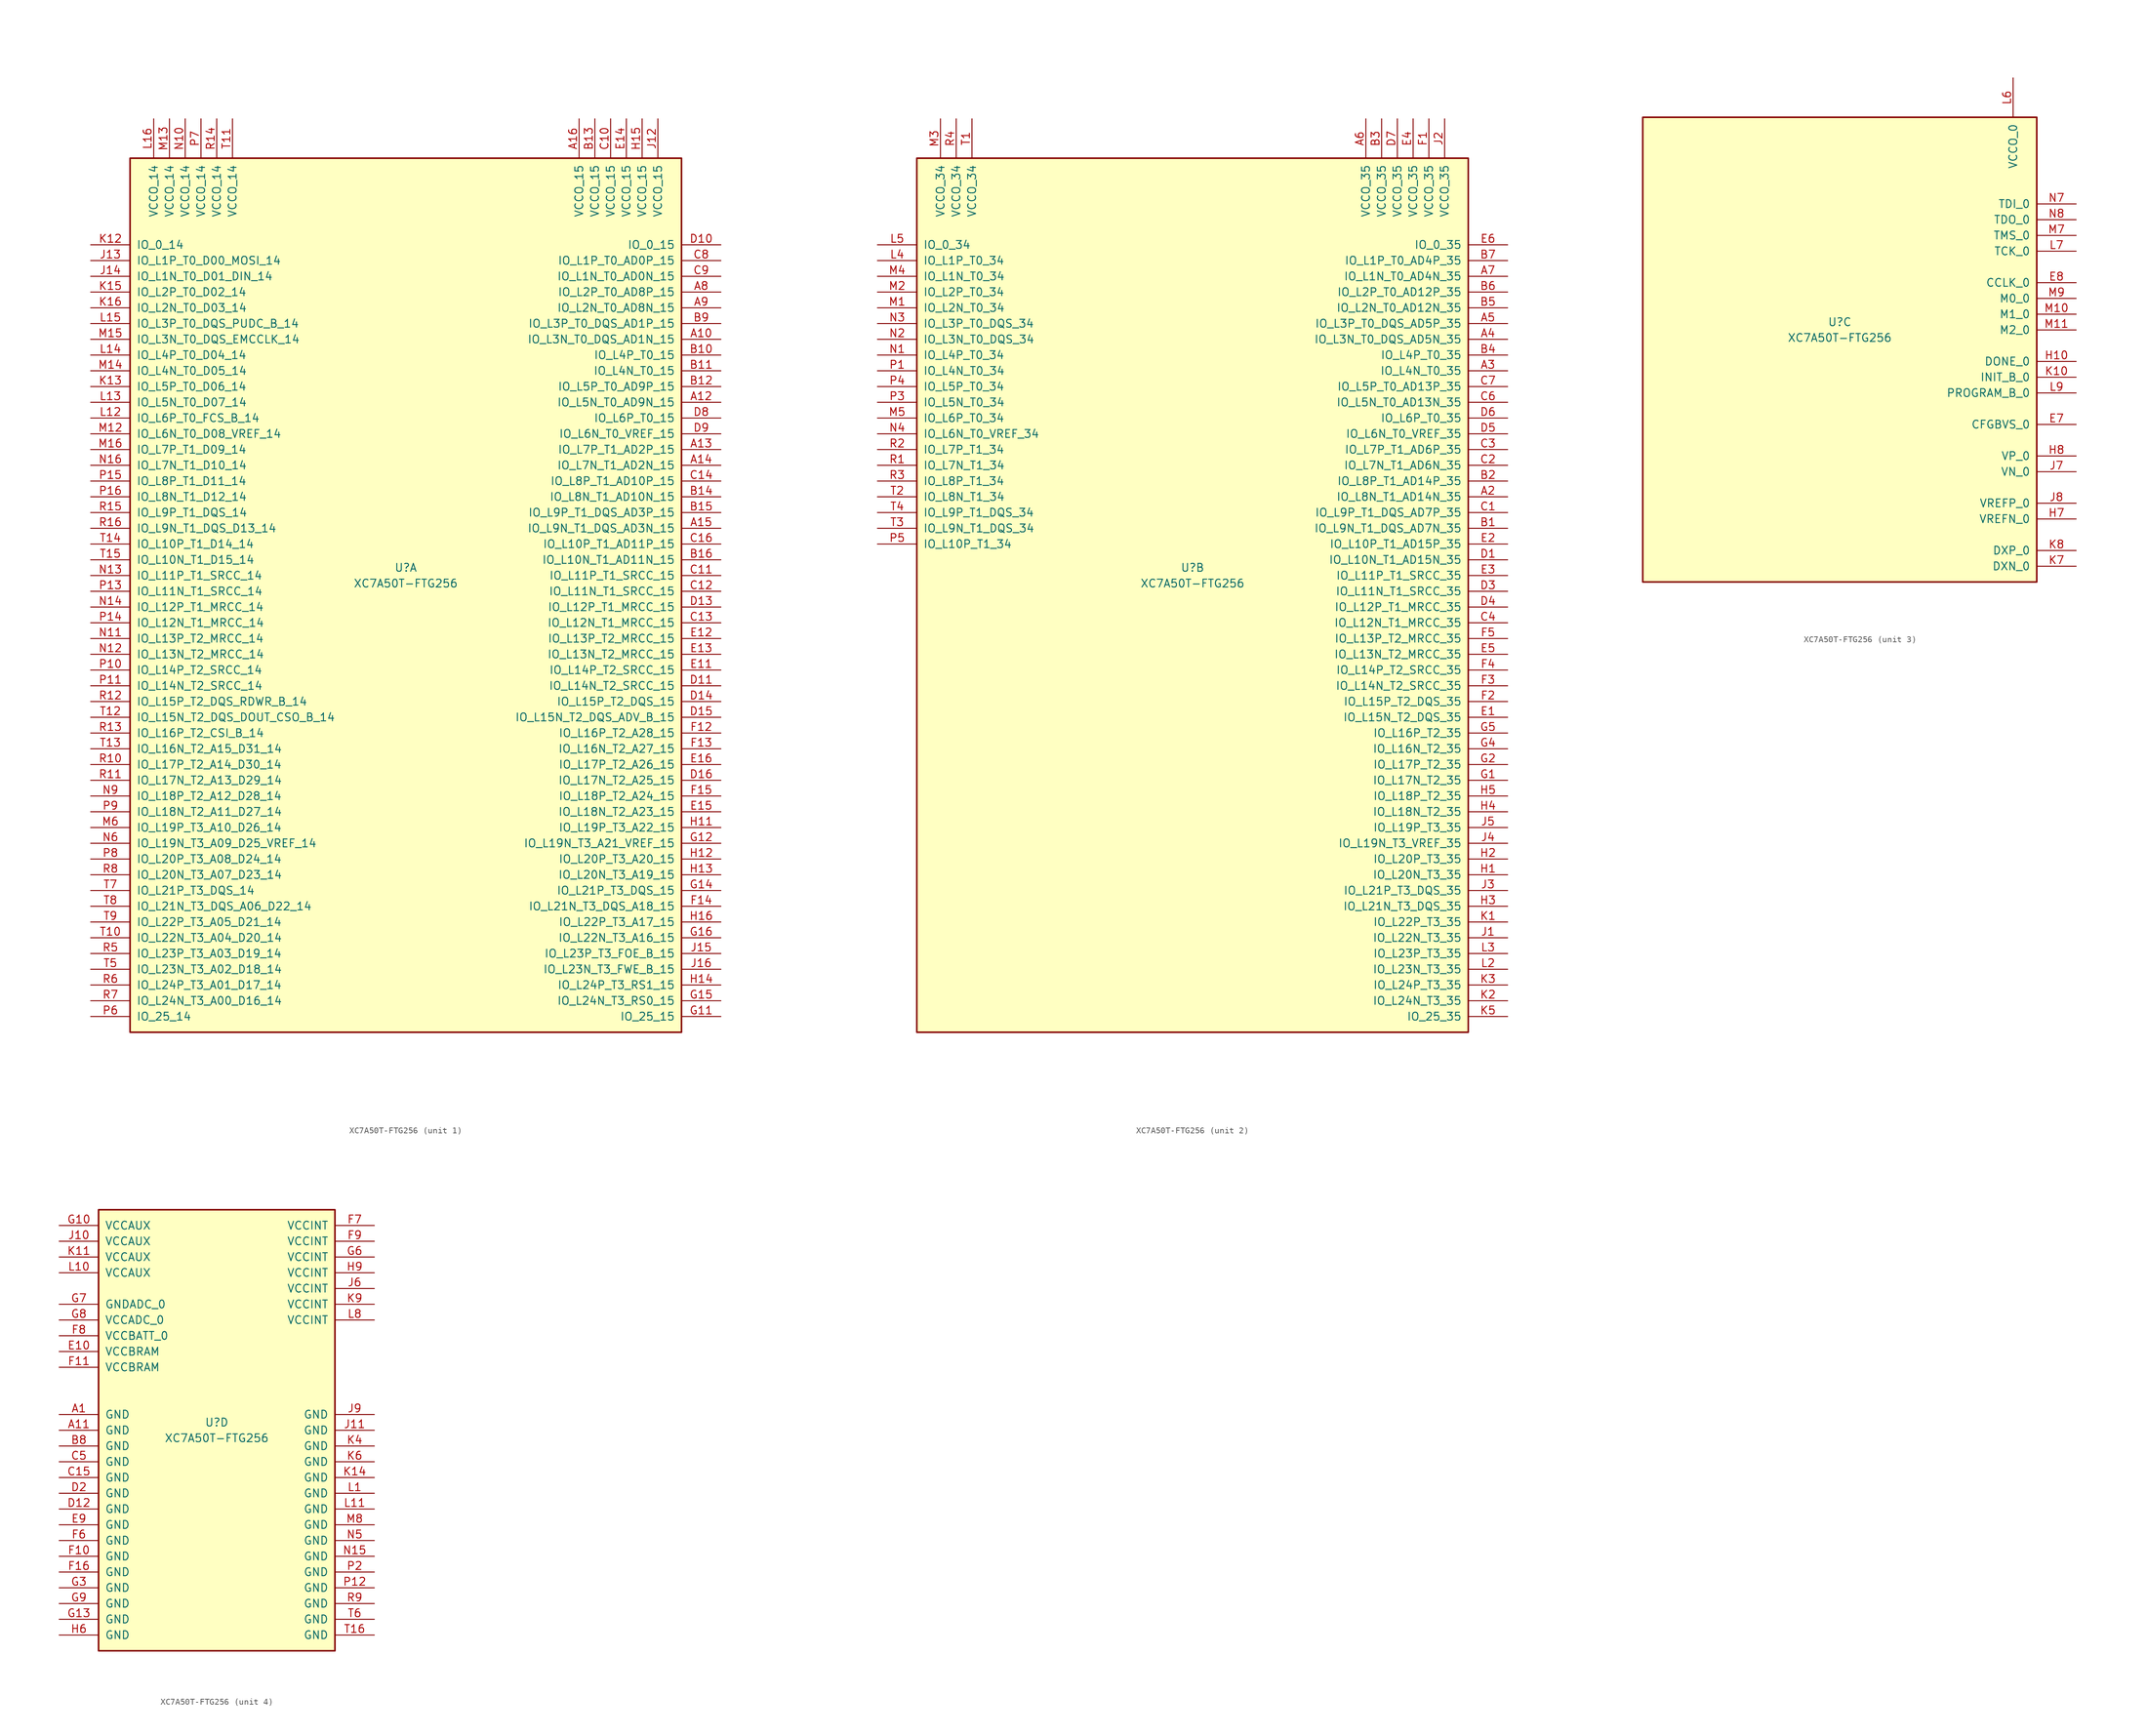
<source format=kicad_sym>
(kicad_symbol_lib
  (version 20231120)
  (generator "kicad_symbol_editor")
  (generator_version "8.0")
  (symbol "XC7A50T-FTG256"
    (pin_names
      (offset 1.016))
    (property "Reference" "U"
      (at 0 1.27 0)
      (effects (font (size 1.27 1.27))))
    (property "Value" "XC7A50T-FTG256"
      (at 0 -1.27 0)
      (effects (font (size 1.27 1.27))))
    (property "Datasheet" ""
      (at 0 0 0)
      (effects (font (size 1.27 1.27))))
    (property "ki_locked" ""
      (at 0 0 0)
      (effects (font (size 1.27 1.27))))
    (symbol "XC7A50T-FTG256_1_1"
      (rectangle (start -44.45 67.31) (end 44.45 -73.66) (stroke (width 0.254) (type solid)) (fill (type background)))
      (pin bidirectional line (at 50.8 38.1 180) (length 6.35) (name "IO_L3N_T0_DQS_AD1N_15" (effects (font (size 1.27 1.27)))) (number "A10" (effects (font (size 1.27 1.27)))))
      (pin bidirectional line (at 50.8 27.94 180) (length 6.35) (name "IO_L5N_T0_AD9N_15" (effects (font (size 1.27 1.27)))) (number "A12" (effects (font (size 1.27 1.27)))))
      (pin bidirectional line (at 50.8 20.32 180) (length 6.35) (name "IO_L7P_T1_AD2P_15" (effects (font (size 1.27 1.27)))) (number "A13" (effects (font (size 1.27 1.27)))))
      (pin bidirectional line (at 50.8 17.78 180) (length 6.35) (name "IO_L7N_T1_AD2N_15" (effects (font (size 1.27 1.27)))) (number "A14" (effects (font (size 1.27 1.27)))))
      (pin bidirectional line (at 50.8 7.62 180) (length 6.35) (name "IO_L9N_T1_DQS_AD3N_15" (effects (font (size 1.27 1.27)))) (number "A15" (effects (font (size 1.27 1.27)))))
      (pin power_in line (at 27.94 73.66 270) (length 6.35) (name "VCCO_15" (effects (font (size 1.27 1.27)))) (number "A16" (effects (font (size 1.27 1.27)))))
      (pin bidirectional line (at 50.8 45.72 180) (length 6.35) (name "IO_L2P_T0_AD8P_15" (effects (font (size 1.27 1.27)))) (number "A8" (effects (font (size 1.27 1.27)))))
      (pin bidirectional line (at 50.8 43.18 180) (length 6.35) (name "IO_L2N_T0_AD8N_15" (effects (font (size 1.27 1.27)))) (number "A9" (effects (font (size 1.27 1.27)))))
      (pin bidirectional line (at 50.8 35.56 180) (length 6.35) (name "IO_L4P_T0_15" (effects (font (size 1.27 1.27)))) (number "B10" (effects (font (size 1.27 1.27)))))
      (pin bidirectional line (at 50.8 33.02 180) (length 6.35) (name "IO_L4N_T0_15" (effects (font (size 1.27 1.27)))) (number "B11" (effects (font (size 1.27 1.27)))))
      (pin bidirectional line (at 50.8 30.48 180) (length 6.35) (name "IO_L5P_T0_AD9P_15" (effects (font (size 1.27 1.27)))) (number "B12" (effects (font (size 1.27 1.27)))))
      (pin power_in line (at 30.48 73.66 270) (length 6.35) (name "VCCO_15" (effects (font (size 1.27 1.27)))) (number "B13" (effects (font (size 1.27 1.27)))))
      (pin bidirectional line (at 50.8 12.7 180) (length 6.35) (name "IO_L8N_T1_AD10N_15" (effects (font (size 1.27 1.27)))) (number "B14" (effects (font (size 1.27 1.27)))))
      (pin bidirectional line (at 50.8 10.16 180) (length 6.35) (name "IO_L9P_T1_DQS_AD3P_15" (effects (font (size 1.27 1.27)))) (number "B15" (effects (font (size 1.27 1.27)))))
      (pin bidirectional line (at 50.8 2.54 180) (length 6.35) (name "IO_L10N_T1_AD11N_15" (effects (font (size 1.27 1.27)))) (number "B16" (effects (font (size 1.27 1.27)))))
      (pin bidirectional line (at 50.8 40.64 180) (length 6.35) (name "IO_L3P_T0_DQS_AD1P_15" (effects (font (size 1.27 1.27)))) (number "B9" (effects (font (size 1.27 1.27)))))
      (pin power_in line (at 33.02 73.66 270) (length 6.35) (name "VCCO_15" (effects (font (size 1.27 1.27)))) (number "C10" (effects (font (size 1.27 1.27)))))
      (pin bidirectional line (at 50.8 0 180) (length 6.35) (name "IO_L11P_T1_SRCC_15" (effects (font (size 1.27 1.27)))) (number "C11" (effects (font (size 1.27 1.27)))))
      (pin bidirectional line (at 50.8 -2.54 180) (length 6.35) (name "IO_L11N_T1_SRCC_15" (effects (font (size 1.27 1.27)))) (number "C12" (effects (font (size 1.27 1.27)))))
      (pin bidirectional line (at 50.8 -7.62 180) (length 6.35) (name "IO_L12N_T1_MRCC_15" (effects (font (size 1.27 1.27)))) (number "C13" (effects (font (size 1.27 1.27)))))
      (pin bidirectional line (at 50.8 15.24 180) (length 6.35) (name "IO_L8P_T1_AD10P_15" (effects (font (size 1.27 1.27)))) (number "C14" (effects (font (size 1.27 1.27)))))
      (pin bidirectional line (at 50.8 5.08 180) (length 6.35) (name "IO_L10P_T1_AD11P_15" (effects (font (size 1.27 1.27)))) (number "C16" (effects (font (size 1.27 1.27)))))
      (pin bidirectional line (at 50.8 50.8 180) (length 6.35) (name "IO_L1P_T0_AD0P_15" (effects (font (size 1.27 1.27)))) (number "C8" (effects (font (size 1.27 1.27)))))
      (pin bidirectional line (at 50.8 48.26 180) (length 6.35) (name "IO_L1N_T0_AD0N_15" (effects (font (size 1.27 1.27)))) (number "C9" (effects (font (size 1.27 1.27)))))
      (pin bidirectional line (at 50.8 53.34 180) (length 6.35) (name "IO_0_15" (effects (font (size 1.27 1.27)))) (number "D10" (effects (font (size 1.27 1.27)))))
      (pin bidirectional line (at 50.8 -17.78 180) (length 6.35) (name "IO_L14N_T2_SRCC_15" (effects (font (size 1.27 1.27)))) (number "D11" (effects (font (size 1.27 1.27)))))
      (pin bidirectional line (at 50.8 -5.08 180) (length 6.35) (name "IO_L12P_T1_MRCC_15" (effects (font (size 1.27 1.27)))) (number "D13" (effects (font (size 1.27 1.27)))))
      (pin bidirectional line (at 50.8 -20.32 180) (length 6.35) (name "IO_L15P_T2_DQS_15" (effects (font (size 1.27 1.27)))) (number "D14" (effects (font (size 1.27 1.27)))))
      (pin bidirectional line (at 50.8 -22.86 180) (length 6.35) (name "IO_L15N_T2_DQS_ADV_B_15" (effects (font (size 1.27 1.27)))) (number "D15" (effects (font (size 1.27 1.27)))))
      (pin bidirectional line (at 50.8 -33.02 180) (length 6.35) (name "IO_L17N_T2_A25_15" (effects (font (size 1.27 1.27)))) (number "D16" (effects (font (size 1.27 1.27)))))
      (pin bidirectional line (at 50.8 25.4 180) (length 6.35) (name "IO_L6P_T0_15" (effects (font (size 1.27 1.27)))) (number "D8" (effects (font (size 1.27 1.27)))))
      (pin bidirectional line (at 50.8 22.86 180) (length 6.35) (name "IO_L6N_T0_VREF_15" (effects (font (size 1.27 1.27)))) (number "D9" (effects (font (size 1.27 1.27)))))
      (pin bidirectional line (at 50.8 -15.24 180) (length 6.35) (name "IO_L14P_T2_SRCC_15" (effects (font (size 1.27 1.27)))) (number "E11" (effects (font (size 1.27 1.27)))))
      (pin bidirectional line (at 50.8 -10.16 180) (length 6.35) (name "IO_L13P_T2_MRCC_15" (effects (font (size 1.27 1.27)))) (number "E12" (effects (font (size 1.27 1.27)))))
      (pin bidirectional line (at 50.8 -12.7 180) (length 6.35) (name "IO_L13N_T2_MRCC_15" (effects (font (size 1.27 1.27)))) (number "E13" (effects (font (size 1.27 1.27)))))
      (pin power_in line (at 35.56 73.66 270) (length 6.35) (name "VCCO_15" (effects (font (size 1.27 1.27)))) (number "E14" (effects (font (size 1.27 1.27)))))
      (pin bidirectional line (at 50.8 -38.1 180) (length 6.35) (name "IO_L18N_T2_A23_15" (effects (font (size 1.27 1.27)))) (number "E15" (effects (font (size 1.27 1.27)))))
      (pin bidirectional line (at 50.8 -30.48 180) (length 6.35) (name "IO_L17P_T2_A26_15" (effects (font (size 1.27 1.27)))) (number "E16" (effects (font (size 1.27 1.27)))))
      (pin bidirectional line (at 50.8 -25.4 180) (length 6.35) (name "IO_L16P_T2_A28_15" (effects (font (size 1.27 1.27)))) (number "F12" (effects (font (size 1.27 1.27)))))
      (pin bidirectional line (at 50.8 -27.94 180) (length 6.35) (name "IO_L16N_T2_A27_15" (effects (font (size 1.27 1.27)))) (number "F13" (effects (font (size 1.27 1.27)))))
      (pin bidirectional line (at 50.8 -53.34 180) (length 6.35) (name "IO_L21N_T3_DQS_A18_15" (effects (font (size 1.27 1.27)))) (number "F14" (effects (font (size 1.27 1.27)))))
      (pin bidirectional line (at 50.8 -35.56 180) (length 6.35) (name "IO_L18P_T2_A24_15" (effects (font (size 1.27 1.27)))) (number "F15" (effects (font (size 1.27 1.27)))))
      (pin bidirectional line (at 50.8 -71.12 180) (length 6.35) (name "IO_25_15" (effects (font (size 1.27 1.27)))) (number "G11" (effects (font (size 1.27 1.27)))))
      (pin bidirectional line (at 50.8 -43.18 180) (length 6.35) (name "IO_L19N_T3_A21_VREF_15" (effects (font (size 1.27 1.27)))) (number "G12" (effects (font (size 1.27 1.27)))))
      (pin bidirectional line (at 50.8 -50.8 180) (length 6.35) (name "IO_L21P_T3_DQS_15" (effects (font (size 1.27 1.27)))) (number "G14" (effects (font (size 1.27 1.27)))))
      (pin bidirectional line (at 50.8 -68.58 180) (length 6.35) (name "IO_L24N_T3_RS0_15" (effects (font (size 1.27 1.27)))) (number "G15" (effects (font (size 1.27 1.27)))))
      (pin bidirectional line (at 50.8 -58.42 180) (length 6.35) (name "IO_L22N_T3_A16_15" (effects (font (size 1.27 1.27)))) (number "G16" (effects (font (size 1.27 1.27)))))
      (pin bidirectional line (at 50.8 -40.64 180) (length 6.35) (name "IO_L19P_T3_A22_15" (effects (font (size 1.27 1.27)))) (number "H11" (effects (font (size 1.27 1.27)))))
      (pin bidirectional line (at 50.8 -45.72 180) (length 6.35) (name "IO_L20P_T3_A20_15" (effects (font (size 1.27 1.27)))) (number "H12" (effects (font (size 1.27 1.27)))))
      (pin bidirectional line (at 50.8 -48.26 180) (length 6.35) (name "IO_L20N_T3_A19_15" (effects (font (size 1.27 1.27)))) (number "H13" (effects (font (size 1.27 1.27)))))
      (pin bidirectional line (at 50.8 -66.04 180) (length 6.35) (name "IO_L24P_T3_RS1_15" (effects (font (size 1.27 1.27)))) (number "H14" (effects (font (size 1.27 1.27)))))
      (pin power_in line (at 38.1 73.66 270) (length 6.35) (name "VCCO_15" (effects (font (size 1.27 1.27)))) (number "H15" (effects (font (size 1.27 1.27)))))
      (pin bidirectional line (at 50.8 -55.88 180) (length 6.35) (name "IO_L22P_T3_A17_15" (effects (font (size 1.27 1.27)))) (number "H16" (effects (font (size 1.27 1.27)))))
      (pin power_in line (at 40.64 73.66 270) (length 6.35) (name "VCCO_15" (effects (font (size 1.27 1.27)))) (number "J12" (effects (font (size 1.27 1.27)))))
      (pin bidirectional line (at -50.8 50.8 0) (length 6.35) (name "IO_L1P_T0_D00_MOSI_14" (effects (font (size 1.27 1.27)))) (number "J13" (effects (font (size 1.27 1.27)))))
      (pin bidirectional line (at -50.8 48.26 0) (length 6.35) (name "IO_L1N_T0_D01_DIN_14" (effects (font (size 1.27 1.27)))) (number "J14" (effects (font (size 1.27 1.27)))))
      (pin bidirectional line (at 50.8 -60.96 180) (length 6.35) (name "IO_L23P_T3_FOE_B_15" (effects (font (size 1.27 1.27)))) (number "J15" (effects (font (size 1.27 1.27)))))
      (pin bidirectional line (at 50.8 -63.5 180) (length 6.35) (name "IO_L23N_T3_FWE_B_15" (effects (font (size 1.27 1.27)))) (number "J16" (effects (font (size 1.27 1.27)))))
      (pin bidirectional line (at -50.8 53.34 0) (length 6.35) (name "IO_0_14" (effects (font (size 1.27 1.27)))) (number "K12" (effects (font (size 1.27 1.27)))))
      (pin bidirectional line (at -50.8 30.48 0) (length 6.35) (name "IO_L5P_T0_D06_14" (effects (font (size 1.27 1.27)))) (number "K13" (effects (font (size 1.27 1.27)))))
      (pin bidirectional line (at -50.8 45.72 0) (length 6.35) (name "IO_L2P_T0_D02_14" (effects (font (size 1.27 1.27)))) (number "K15" (effects (font (size 1.27 1.27)))))
      (pin bidirectional line (at -50.8 43.18 0) (length 6.35) (name "IO_L2N_T0_D03_14" (effects (font (size 1.27 1.27)))) (number "K16" (effects (font (size 1.27 1.27)))))
      (pin bidirectional line (at -50.8 25.4 0) (length 6.35) (name "IO_L6P_T0_FCS_B_14" (effects (font (size 1.27 1.27)))) (number "L12" (effects (font (size 1.27 1.27)))))
      (pin bidirectional line (at -50.8 27.94 0) (length 6.35) (name "IO_L5N_T0_D07_14" (effects (font (size 1.27 1.27)))) (number "L13" (effects (font (size 1.27 1.27)))))
      (pin bidirectional line (at -50.8 35.56 0) (length 6.35) (name "IO_L4P_T0_D04_14" (effects (font (size 1.27 1.27)))) (number "L14" (effects (font (size 1.27 1.27)))))
      (pin bidirectional line (at -50.8 40.64 0) (length 6.35) (name "IO_L3P_T0_DQS_PUDC_B_14" (effects (font (size 1.27 1.27)))) (number "L15" (effects (font (size 1.27 1.27)))))
      (pin power_in line (at -40.64 73.66 270) (length 6.35) (name "VCCO_14" (effects (font (size 1.27 1.27)))) (number "L16" (effects (font (size 1.27 1.27)))))
      (pin bidirectional line (at -50.8 22.86 0) (length 6.35) (name "IO_L6N_T0_D08_VREF_14" (effects (font (size 1.27 1.27)))) (number "M12" (effects (font (size 1.27 1.27)))))
      (pin power_in line (at -38.1 73.66 270) (length 6.35) (name "VCCO_14" (effects (font (size 1.27 1.27)))) (number "M13" (effects (font (size 1.27 1.27)))))
      (pin bidirectional line (at -50.8 33.02 0) (length 6.35) (name "IO_L4N_T0_D05_14" (effects (font (size 1.27 1.27)))) (number "M14" (effects (font (size 1.27 1.27)))))
      (pin bidirectional line (at -50.8 38.1 0) (length 6.35) (name "IO_L3N_T0_DQS_EMCCLK_14" (effects (font (size 1.27 1.27)))) (number "M15" (effects (font (size 1.27 1.27)))))
      (pin bidirectional line (at -50.8 20.32 0) (length 6.35) (name "IO_L7P_T1_D09_14" (effects (font (size 1.27 1.27)))) (number "M16" (effects (font (size 1.27 1.27)))))
      (pin bidirectional line (at -50.8 -40.64 0) (length 6.35) (name "IO_L19P_T3_A10_D26_14" (effects (font (size 1.27 1.27)))) (number "M6" (effects (font (size 1.27 1.27)))))
      (pin power_in line (at -35.56 73.66 270) (length 6.35) (name "VCCO_14" (effects (font (size 1.27 1.27)))) (number "N10" (effects (font (size 1.27 1.27)))))
      (pin bidirectional line (at -50.8 -10.16 0) (length 6.35) (name "IO_L13P_T2_MRCC_14" (effects (font (size 1.27 1.27)))) (number "N11" (effects (font (size 1.27 1.27)))))
      (pin bidirectional line (at -50.8 -12.7 0) (length 6.35) (name "IO_L13N_T2_MRCC_14" (effects (font (size 1.27 1.27)))) (number "N12" (effects (font (size 1.27 1.27)))))
      (pin bidirectional line (at -50.8 0 0) (length 6.35) (name "IO_L11P_T1_SRCC_14" (effects (font (size 1.27 1.27)))) (number "N13" (effects (font (size 1.27 1.27)))))
      (pin bidirectional line (at -50.8 -5.08 0) (length 6.35) (name "IO_L12P_T1_MRCC_14" (effects (font (size 1.27 1.27)))) (number "N14" (effects (font (size 1.27 1.27)))))
      (pin bidirectional line (at -50.8 17.78 0) (length 6.35) (name "IO_L7N_T1_D10_14" (effects (font (size 1.27 1.27)))) (number "N16" (effects (font (size 1.27 1.27)))))
      (pin bidirectional line (at -50.8 -43.18 0) (length 6.35) (name "IO_L19N_T3_A09_D25_VREF_14" (effects (font (size 1.27 1.27)))) (number "N6" (effects (font (size 1.27 1.27)))))
      (pin bidirectional line (at -50.8 -35.56 0) (length 6.35) (name "IO_L18P_T2_A12_D28_14" (effects (font (size 1.27 1.27)))) (number "N9" (effects (font (size 1.27 1.27)))))
      (pin bidirectional line (at -50.8 -15.24 0) (length 6.35) (name "IO_L14P_T2_SRCC_14" (effects (font (size 1.27 1.27)))) (number "P10" (effects (font (size 1.27 1.27)))))
      (pin bidirectional line (at -50.8 -17.78 0) (length 6.35) (name "IO_L14N_T2_SRCC_14" (effects (font (size 1.27 1.27)))) (number "P11" (effects (font (size 1.27 1.27)))))
      (pin bidirectional line (at -50.8 -2.54 0) (length 6.35) (name "IO_L11N_T1_SRCC_14" (effects (font (size 1.27 1.27)))) (number "P13" (effects (font (size 1.27 1.27)))))
      (pin bidirectional line (at -50.8 -7.62 0) (length 6.35) (name "IO_L12N_T1_MRCC_14" (effects (font (size 1.27 1.27)))) (number "P14" (effects (font (size 1.27 1.27)))))
      (pin bidirectional line (at -50.8 15.24 0) (length 6.35) (name "IO_L8P_T1_D11_14" (effects (font (size 1.27 1.27)))) (number "P15" (effects (font (size 1.27 1.27)))))
      (pin bidirectional line (at -50.8 12.7 0) (length 6.35) (name "IO_L8N_T1_D12_14" (effects (font (size 1.27 1.27)))) (number "P16" (effects (font (size 1.27 1.27)))))
      (pin bidirectional line (at -50.8 -71.12 0) (length 6.35) (name "IO_25_14" (effects (font (size 1.27 1.27)))) (number "P6" (effects (font (size 1.27 1.27)))))
      (pin power_in line (at -33.02 73.66 270) (length 6.35) (name "VCCO_14" (effects (font (size 1.27 1.27)))) (number "P7" (effects (font (size 1.27 1.27)))))
      (pin bidirectional line (at -50.8 -45.72 0) (length 6.35) (name "IO_L20P_T3_A08_D24_14" (effects (font (size 1.27 1.27)))) (number "P8" (effects (font (size 1.27 1.27)))))
      (pin bidirectional line (at -50.8 -38.1 0) (length 6.35) (name "IO_L18N_T2_A11_D27_14" (effects (font (size 1.27 1.27)))) (number "P9" (effects (font (size 1.27 1.27)))))
      (pin bidirectional line (at -50.8 -30.48 0) (length 6.35) (name "IO_L17P_T2_A14_D30_14" (effects (font (size 1.27 1.27)))) (number "R10" (effects (font (size 1.27 1.27)))))
      (pin bidirectional line (at -50.8 -33.02 0) (length 6.35) (name "IO_L17N_T2_A13_D29_14" (effects (font (size 1.27 1.27)))) (number "R11" (effects (font (size 1.27 1.27)))))
      (pin bidirectional line (at -50.8 -20.32 0) (length 6.35) (name "IO_L15P_T2_DQS_RDWR_B_14" (effects (font (size 1.27 1.27)))) (number "R12" (effects (font (size 1.27 1.27)))))
      (pin bidirectional line (at -50.8 -25.4 0) (length 6.35) (name "IO_L16P_T2_CSI_B_14" (effects (font (size 1.27 1.27)))) (number "R13" (effects (font (size 1.27 1.27)))))
      (pin power_in line (at -30.48 73.66 270) (length 6.35) (name "VCCO_14" (effects (font (size 1.27 1.27)))) (number "R14" (effects (font (size 1.27 1.27)))))
      (pin bidirectional line (at -50.8 10.16 0) (length 6.35) (name "IO_L9P_T1_DQS_14" (effects (font (size 1.27 1.27)))) (number "R15" (effects (font (size 1.27 1.27)))))
      (pin bidirectional line (at -50.8 7.62 0) (length 6.35) (name "IO_L9N_T1_DQS_D13_14" (effects (font (size 1.27 1.27)))) (number "R16" (effects (font (size 1.27 1.27)))))
      (pin bidirectional line (at -50.8 -60.96 0) (length 6.35) (name "IO_L23P_T3_A03_D19_14" (effects (font (size 1.27 1.27)))) (number "R5" (effects (font (size 1.27 1.27)))))
      (pin bidirectional line (at -50.8 -66.04 0) (length 6.35) (name "IO_L24P_T3_A01_D17_14" (effects (font (size 1.27 1.27)))) (number "R6" (effects (font (size 1.27 1.27)))))
      (pin bidirectional line (at -50.8 -68.58 0) (length 6.35) (name "IO_L24N_T3_A00_D16_14" (effects (font (size 1.27 1.27)))) (number "R7" (effects (font (size 1.27 1.27)))))
      (pin bidirectional line (at -50.8 -48.26 0) (length 6.35) (name "IO_L20N_T3_A07_D23_14" (effects (font (size 1.27 1.27)))) (number "R8" (effects (font (size 1.27 1.27)))))
      (pin bidirectional line (at -50.8 -58.42 0) (length 6.35) (name "IO_L22N_T3_A04_D20_14" (effects (font (size 1.27 1.27)))) (number "T10" (effects (font (size 1.27 1.27)))))
      (pin power_in line (at -27.94 73.66 270) (length 6.35) (name "VCCO_14" (effects (font (size 1.27 1.27)))) (number "T11" (effects (font (size 1.27 1.27)))))
      (pin bidirectional line (at -50.8 -22.86 0) (length 6.35) (name "IO_L15N_T2_DQS_DOUT_CSO_B_14" (effects (font (size 1.27 1.27)))) (number "T12" (effects (font (size 1.27 1.27)))))
      (pin bidirectional line (at -50.8 -27.94 0) (length 6.35) (name "IO_L16N_T2_A15_D31_14" (effects (font (size 1.27 1.27)))) (number "T13" (effects (font (size 1.27 1.27)))))
      (pin bidirectional line (at -50.8 5.08 0) (length 6.35) (name "IO_L10P_T1_D14_14" (effects (font (size 1.27 1.27)))) (number "T14" (effects (font (size 1.27 1.27)))))
      (pin bidirectional line (at -50.8 2.54 0) (length 6.35) (name "IO_L10N_T1_D15_14" (effects (font (size 1.27 1.27)))) (number "T15" (effects (font (size 1.27 1.27)))))
      (pin bidirectional line (at -50.8 -63.5 0) (length 6.35) (name "IO_L23N_T3_A02_D18_14" (effects (font (size 1.27 1.27)))) (number "T5" (effects (font (size 1.27 1.27)))))
      (pin bidirectional line (at -50.8 -50.8 0) (length 6.35) (name "IO_L21P_T3_DQS_14" (effects (font (size 1.27 1.27)))) (number "T7" (effects (font (size 1.27 1.27)))))
      (pin bidirectional line (at -50.8 -53.34 0) (length 6.35) (name "IO_L21N_T3_DQS_A06_D22_14" (effects (font (size 1.27 1.27)))) (number "T8" (effects (font (size 1.27 1.27)))))
      (pin bidirectional line (at -50.8 -55.88 0) (length 6.35) (name "IO_L22P_T3_A05_D21_14" (effects (font (size 1.27 1.27)))) (number "T9" (effects (font (size 1.27 1.27))))))
    (symbol "XC7A50T-FTG256_2_1"
      (rectangle (start -44.45 67.31) (end 44.45 -73.66) (stroke (width 0.254) (type solid)) (fill (type background)))
      (pin bidirectional line (at 50.8 12.7 180) (length 6.35) (name "IO_L8N_T1_AD14N_35" (effects (font (size 1.27 1.27)))) (number "A2" (effects (font (size 1.27 1.27)))))
      (pin bidirectional line (at 50.8 33.02 180) (length 6.35) (name "IO_L4N_T0_35" (effects (font (size 1.27 1.27)))) (number "A3" (effects (font (size 1.27 1.27)))))
      (pin bidirectional line (at 50.8 38.1 180) (length 6.35) (name "IO_L3N_T0_DQS_AD5N_35" (effects (font (size 1.27 1.27)))) (number "A4" (effects (font (size 1.27 1.27)))))
      (pin bidirectional line (at 50.8 40.64 180) (length 6.35) (name "IO_L3P_T0_DQS_AD5P_35" (effects (font (size 1.27 1.27)))) (number "A5" (effects (font (size 1.27 1.27)))))
      (pin power_in line (at 27.94 73.66 270) (length 6.35) (name "VCCO_35" (effects (font (size 1.27 1.27)))) (number "A6" (effects (font (size 1.27 1.27)))))
      (pin bidirectional line (at 50.8 48.26 180) (length 6.35) (name "IO_L1N_T0_AD4N_35" (effects (font (size 1.27 1.27)))) (number "A7" (effects (font (size 1.27 1.27)))))
      (pin bidirectional line (at 50.8 7.62 180) (length 6.35) (name "IO_L9N_T1_DQS_AD7N_35" (effects (font (size 1.27 1.27)))) (number "B1" (effects (font (size 1.27 1.27)))))
      (pin bidirectional line (at 50.8 15.24 180) (length 6.35) (name "IO_L8P_T1_AD14P_35" (effects (font (size 1.27 1.27)))) (number "B2" (effects (font (size 1.27 1.27)))))
      (pin power_in line (at 30.48 73.66 270) (length 6.35) (name "VCCO_35" (effects (font (size 1.27 1.27)))) (number "B3" (effects (font (size 1.27 1.27)))))
      (pin bidirectional line (at 50.8 35.56 180) (length 6.35) (name "IO_L4P_T0_35" (effects (font (size 1.27 1.27)))) (number "B4" (effects (font (size 1.27 1.27)))))
      (pin bidirectional line (at 50.8 43.18 180) (length 6.35) (name "IO_L2N_T0_AD12N_35" (effects (font (size 1.27 1.27)))) (number "B5" (effects (font (size 1.27 1.27)))))
      (pin bidirectional line (at 50.8 45.72 180) (length 6.35) (name "IO_L2P_T0_AD12P_35" (effects (font (size 1.27 1.27)))) (number "B6" (effects (font (size 1.27 1.27)))))
      (pin bidirectional line (at 50.8 50.8 180) (length 6.35) (name "IO_L1P_T0_AD4P_35" (effects (font (size 1.27 1.27)))) (number "B7" (effects (font (size 1.27 1.27)))))
      (pin bidirectional line (at 50.8 10.16 180) (length 6.35) (name "IO_L9P_T1_DQS_AD7P_35" (effects (font (size 1.27 1.27)))) (number "C1" (effects (font (size 1.27 1.27)))))
      (pin bidirectional line (at 50.8 17.78 180) (length 6.35) (name "IO_L7N_T1_AD6N_35" (effects (font (size 1.27 1.27)))) (number "C2" (effects (font (size 1.27 1.27)))))
      (pin bidirectional line (at 50.8 20.32 180) (length 6.35) (name "IO_L7P_T1_AD6P_35" (effects (font (size 1.27 1.27)))) (number "C3" (effects (font (size 1.27 1.27)))))
      (pin bidirectional line (at 50.8 -7.62 180) (length 6.35) (name "IO_L12N_T1_MRCC_35" (effects (font (size 1.27 1.27)))) (number "C4" (effects (font (size 1.27 1.27)))))
      (pin bidirectional line (at 50.8 27.94 180) (length 6.35) (name "IO_L5N_T0_AD13N_35" (effects (font (size 1.27 1.27)))) (number "C6" (effects (font (size 1.27 1.27)))))
      (pin bidirectional line (at 50.8 30.48 180) (length 6.35) (name "IO_L5P_T0_AD13P_35" (effects (font (size 1.27 1.27)))) (number "C7" (effects (font (size 1.27 1.27)))))
      (pin bidirectional line (at 50.8 2.54 180) (length 6.35) (name "IO_L10N_T1_AD15N_35" (effects (font (size 1.27 1.27)))) (number "D1" (effects (font (size 1.27 1.27)))))
      (pin bidirectional line (at 50.8 -2.54 180) (length 6.35) (name "IO_L11N_T1_SRCC_35" (effects (font (size 1.27 1.27)))) (number "D3" (effects (font (size 1.27 1.27)))))
      (pin bidirectional line (at 50.8 -5.08 180) (length 6.35) (name "IO_L12P_T1_MRCC_35" (effects (font (size 1.27 1.27)))) (number "D4" (effects (font (size 1.27 1.27)))))
      (pin bidirectional line (at 50.8 22.86 180) (length 6.35) (name "IO_L6N_T0_VREF_35" (effects (font (size 1.27 1.27)))) (number "D5" (effects (font (size 1.27 1.27)))))
      (pin bidirectional line (at 50.8 25.4 180) (length 6.35) (name "IO_L6P_T0_35" (effects (font (size 1.27 1.27)))) (number "D6" (effects (font (size 1.27 1.27)))))
      (pin power_in line (at 33.02 73.66 270) (length 6.35) (name "VCCO_35" (effects (font (size 1.27 1.27)))) (number "D7" (effects (font (size 1.27 1.27)))))
      (pin bidirectional line (at 50.8 -22.86 180) (length 6.35) (name "IO_L15N_T2_DQS_35" (effects (font (size 1.27 1.27)))) (number "E1" (effects (font (size 1.27 1.27)))))
      (pin bidirectional line (at 50.8 5.08 180) (length 6.35) (name "IO_L10P_T1_AD15P_35" (effects (font (size 1.27 1.27)))) (number "E2" (effects (font (size 1.27 1.27)))))
      (pin bidirectional line (at 50.8 0 180) (length 6.35) (name "IO_L11P_T1_SRCC_35" (effects (font (size 1.27 1.27)))) (number "E3" (effects (font (size 1.27 1.27)))))
      (pin power_in line (at 35.56 73.66 270) (length 6.35) (name "VCCO_35" (effects (font (size 1.27 1.27)))) (number "E4" (effects (font (size 1.27 1.27)))))
      (pin bidirectional line (at 50.8 -12.7 180) (length 6.35) (name "IO_L13N_T2_MRCC_35" (effects (font (size 1.27 1.27)))) (number "E5" (effects (font (size 1.27 1.27)))))
      (pin bidirectional line (at 50.8 53.34 180) (length 6.35) (name "IO_0_35" (effects (font (size 1.27 1.27)))) (number "E6" (effects (font (size 1.27 1.27)))))
      (pin power_in line (at 38.1 73.66 270) (length 6.35) (name "VCCO_35" (effects (font (size 1.27 1.27)))) (number "F1" (effects (font (size 1.27 1.27)))))
      (pin bidirectional line (at 50.8 -20.32 180) (length 6.35) (name "IO_L15P_T2_DQS_35" (effects (font (size 1.27 1.27)))) (number "F2" (effects (font (size 1.27 1.27)))))
      (pin bidirectional line (at 50.8 -17.78 180) (length 6.35) (name "IO_L14N_T2_SRCC_35" (effects (font (size 1.27 1.27)))) (number "F3" (effects (font (size 1.27 1.27)))))
      (pin bidirectional line (at 50.8 -15.24 180) (length 6.35) (name "IO_L14P_T2_SRCC_35" (effects (font (size 1.27 1.27)))) (number "F4" (effects (font (size 1.27 1.27)))))
      (pin bidirectional line (at 50.8 -10.16 180) (length 6.35) (name "IO_L13P_T2_MRCC_35" (effects (font (size 1.27 1.27)))) (number "F5" (effects (font (size 1.27 1.27)))))
      (pin bidirectional line (at 50.8 -33.02 180) (length 6.35) (name "IO_L17N_T2_35" (effects (font (size 1.27 1.27)))) (number "G1" (effects (font (size 1.27 1.27)))))
      (pin bidirectional line (at 50.8 -30.48 180) (length 6.35) (name "IO_L17P_T2_35" (effects (font (size 1.27 1.27)))) (number "G2" (effects (font (size 1.27 1.27)))))
      (pin bidirectional line (at 50.8 -27.94 180) (length 6.35) (name "IO_L16N_T2_35" (effects (font (size 1.27 1.27)))) (number "G4" (effects (font (size 1.27 1.27)))))
      (pin bidirectional line (at 50.8 -25.4 180) (length 6.35) (name "IO_L16P_T2_35" (effects (font (size 1.27 1.27)))) (number "G5" (effects (font (size 1.27 1.27)))))
      (pin bidirectional line (at 50.8 -48.26 180) (length 6.35) (name "IO_L20N_T3_35" (effects (font (size 1.27 1.27)))) (number "H1" (effects (font (size 1.27 1.27)))))
      (pin bidirectional line (at 50.8 -45.72 180) (length 6.35) (name "IO_L20P_T3_35" (effects (font (size 1.27 1.27)))) (number "H2" (effects (font (size 1.27 1.27)))))
      (pin bidirectional line (at 50.8 -53.34 180) (length 6.35) (name "IO_L21N_T3_DQS_35" (effects (font (size 1.27 1.27)))) (number "H3" (effects (font (size 1.27 1.27)))))
      (pin bidirectional line (at 50.8 -38.1 180) (length 6.35) (name "IO_L18N_T2_35" (effects (font (size 1.27 1.27)))) (number "H4" (effects (font (size 1.27 1.27)))))
      (pin bidirectional line (at 50.8 -35.56 180) (length 6.35) (name "IO_L18P_T2_35" (effects (font (size 1.27 1.27)))) (number "H5" (effects (font (size 1.27 1.27)))))
      (pin bidirectional line (at 50.8 -58.42 180) (length 6.35) (name "IO_L22N_T3_35" (effects (font (size 1.27 1.27)))) (number "J1" (effects (font (size 1.27 1.27)))))
      (pin power_in line (at 40.64 73.66 270) (length 6.35) (name "VCCO_35" (effects (font (size 1.27 1.27)))) (number "J2" (effects (font (size 1.27 1.27)))))
      (pin bidirectional line (at 50.8 -50.8 180) (length 6.35) (name "IO_L21P_T3_DQS_35" (effects (font (size 1.27 1.27)))) (number "J3" (effects (font (size 1.27 1.27)))))
      (pin bidirectional line (at 50.8 -43.18 180) (length 6.35) (name "IO_L19N_T3_VREF_35" (effects (font (size 1.27 1.27)))) (number "J4" (effects (font (size 1.27 1.27)))))
      (pin bidirectional line (at 50.8 -40.64 180) (length 6.35) (name "IO_L19P_T3_35" (effects (font (size 1.27 1.27)))) (number "J5" (effects (font (size 1.27 1.27)))))
      (pin bidirectional line (at 50.8 -55.88 180) (length 6.35) (name "IO_L22P_T3_35" (effects (font (size 1.27 1.27)))) (number "K1" (effects (font (size 1.27 1.27)))))
      (pin bidirectional line (at 50.8 -68.58 180) (length 6.35) (name "IO_L24N_T3_35" (effects (font (size 1.27 1.27)))) (number "K2" (effects (font (size 1.27 1.27)))))
      (pin bidirectional line (at 50.8 -66.04 180) (length 6.35) (name "IO_L24P_T3_35" (effects (font (size 1.27 1.27)))) (number "K3" (effects (font (size 1.27 1.27)))))
      (pin bidirectional line (at 50.8 -71.12 180) (length 6.35) (name "IO_25_35" (effects (font (size 1.27 1.27)))) (number "K5" (effects (font (size 1.27 1.27)))))
      (pin bidirectional line (at 50.8 -63.5 180) (length 6.35) (name "IO_L23N_T3_35" (effects (font (size 1.27 1.27)))) (number "L2" (effects (font (size 1.27 1.27)))))
      (pin bidirectional line (at 50.8 -60.96 180) (length 6.35) (name "IO_L23P_T3_35" (effects (font (size 1.27 1.27)))) (number "L3" (effects (font (size 1.27 1.27)))))
      (pin bidirectional line (at -50.8 50.8 0) (length 6.35) (name "IO_L1P_T0_34" (effects (font (size 1.27 1.27)))) (number "L4" (effects (font (size 1.27 1.27)))))
      (pin bidirectional line (at -50.8 53.34 0) (length 6.35) (name "IO_0_34" (effects (font (size 1.27 1.27)))) (number "L5" (effects (font (size 1.27 1.27)))))
      (pin bidirectional line (at -50.8 43.18 0) (length 6.35) (name "IO_L2N_T0_34" (effects (font (size 1.27 1.27)))) (number "M1" (effects (font (size 1.27 1.27)))))
      (pin bidirectional line (at -50.8 45.72 0) (length 6.35) (name "IO_L2P_T0_34" (effects (font (size 1.27 1.27)))) (number "M2" (effects (font (size 1.27 1.27)))))
      (pin power_in line (at -40.64 73.66 270) (length 6.35) (name "VCCO_34" (effects (font (size 1.27 1.27)))) (number "M3" (effects (font (size 1.27 1.27)))))
      (pin bidirectional line (at -50.8 48.26 0) (length 6.35) (name "IO_L1N_T0_34" (effects (font (size 1.27 1.27)))) (number "M4" (effects (font (size 1.27 1.27)))))
      (pin bidirectional line (at -50.8 25.4 0) (length 6.35) (name "IO_L6P_T0_34" (effects (font (size 1.27 1.27)))) (number "M5" (effects (font (size 1.27 1.27)))))
      (pin bidirectional line (at -50.8 35.56 0) (length 6.35) (name "IO_L4P_T0_34" (effects (font (size 1.27 1.27)))) (number "N1" (effects (font (size 1.27 1.27)))))
      (pin bidirectional line (at -50.8 38.1 0) (length 6.35) (name "IO_L3N_T0_DQS_34" (effects (font (size 1.27 1.27)))) (number "N2" (effects (font (size 1.27 1.27)))))
      (pin bidirectional line (at -50.8 40.64 0) (length 6.35) (name "IO_L3P_T0_DQS_34" (effects (font (size 1.27 1.27)))) (number "N3" (effects (font (size 1.27 1.27)))))
      (pin bidirectional line (at -50.8 22.86 0) (length 6.35) (name "IO_L6N_T0_VREF_34" (effects (font (size 1.27 1.27)))) (number "N4" (effects (font (size 1.27 1.27)))))
      (pin bidirectional line (at -50.8 33.02 0) (length 6.35) (name "IO_L4N_T0_34" (effects (font (size 1.27 1.27)))) (number "P1" (effects (font (size 1.27 1.27)))))
      (pin bidirectional line (at -50.8 27.94 0) (length 6.35) (name "IO_L5N_T0_34" (effects (font (size 1.27 1.27)))) (number "P3" (effects (font (size 1.27 1.27)))))
      (pin bidirectional line (at -50.8 30.48 0) (length 6.35) (name "IO_L5P_T0_34" (effects (font (size 1.27 1.27)))) (number "P4" (effects (font (size 1.27 1.27)))))
      (pin bidirectional line (at -50.8 5.08 0) (length 6.35) (name "IO_L10P_T1_34" (effects (font (size 1.27 1.27)))) (number "P5" (effects (font (size 1.27 1.27)))))
      (pin bidirectional line (at -50.8 17.78 0) (length 6.35) (name "IO_L7N_T1_34" (effects (font (size 1.27 1.27)))) (number "R1" (effects (font (size 1.27 1.27)))))
      (pin bidirectional line (at -50.8 20.32 0) (length 6.35) (name "IO_L7P_T1_34" (effects (font (size 1.27 1.27)))) (number "R2" (effects (font (size 1.27 1.27)))))
      (pin bidirectional line (at -50.8 15.24 0) (length 6.35) (name "IO_L8P_T1_34" (effects (font (size 1.27 1.27)))) (number "R3" (effects (font (size 1.27 1.27)))))
      (pin power_in line (at -38.1 73.66 270) (length 6.35) (name "VCCO_34" (effects (font (size 1.27 1.27)))) (number "R4" (effects (font (size 1.27 1.27)))))
      (pin power_in line (at -35.56 73.66 270) (length 6.35) (name "VCCO_34" (effects (font (size 1.27 1.27)))) (number "T1" (effects (font (size 1.27 1.27)))))
      (pin bidirectional line (at -50.8 12.7 0) (length 6.35) (name "IO_L8N_T1_34" (effects (font (size 1.27 1.27)))) (number "T2" (effects (font (size 1.27 1.27)))))
      (pin bidirectional line (at -50.8 7.62 0) (length 6.35) (name "IO_L9N_T1_DQS_34" (effects (font (size 1.27 1.27)))) (number "T3" (effects (font (size 1.27 1.27)))))
      (pin bidirectional line (at -50.8 10.16 0) (length 6.35) (name "IO_L9P_T1_DQS_34" (effects (font (size 1.27 1.27)))) (number "T4" (effects (font (size 1.27 1.27))))))
    (symbol "XC7A50T-FTG256_3_1"
      (rectangle (start -31.75 34.29) (end 31.75 -40.64) (stroke (width 0.254) (type solid)) (fill (type background)))
      (pin bidirectional line (at 38.1 -15.24 180) (length 6.35) (name "CFGBVS_0" (effects (font (size 1.27 1.27)))) (number "E7" (effects (font (size 1.27 1.27)))))
      (pin bidirectional line (at 38.1 7.62 180) (length 6.35) (name "CCLK_0" (effects (font (size 1.27 1.27)))) (number "E8" (effects (font (size 1.27 1.27)))))
      (pin bidirectional line (at 38.1 -5.08 180) (length 6.35) (name "DONE_0" (effects (font (size 1.27 1.27)))) (number "H10" (effects (font (size 1.27 1.27)))))
      (pin bidirectional line (at 38.1 -30.48 180) (length 6.35) (name "VREFN_0" (effects (font (size 1.27 1.27)))) (number "H7" (effects (font (size 1.27 1.27)))))
      (pin bidirectional line (at 38.1 -20.32 180) (length 6.35) (name "VP_0" (effects (font (size 1.27 1.27)))) (number "H8" (effects (font (size 1.27 1.27)))))
      (pin bidirectional line (at 38.1 -22.86 180) (length 6.35) (name "VN_0" (effects (font (size 1.27 1.27)))) (number "J7" (effects (font (size 1.27 1.27)))))
      (pin bidirectional line (at 38.1 -27.94 180) (length 6.35) (name "VREFP_0" (effects (font (size 1.27 1.27)))) (number "J8" (effects (font (size 1.27 1.27)))))
      (pin bidirectional line (at 38.1 -7.62 180) (length 6.35) (name "INIT_B_0" (effects (font (size 1.27 1.27)))) (number "K10" (effects (font (size 1.27 1.27)))))
      (pin bidirectional line (at 38.1 -38.1 180) (length 6.35) (name "DXN_0" (effects (font (size 1.27 1.27)))) (number "K7" (effects (font (size 1.27 1.27)))))
      (pin bidirectional line (at 38.1 -35.56 180) (length 6.35) (name "DXP_0" (effects (font (size 1.27 1.27)))) (number "K8" (effects (font (size 1.27 1.27)))))
      (pin power_in line (at 27.94 40.64 270) (length 6.35) (name "VCCO_0" (effects (font (size 1.27 1.27)))) (number "L6" (effects (font (size 1.27 1.27)))))
      (pin bidirectional line (at 38.1 12.7 180) (length 6.35) (name "TCK_0" (effects (font (size 1.27 1.27)))) (number "L7" (effects (font (size 1.27 1.27)))))
      (pin bidirectional line (at 38.1 -10.16 180) (length 6.35) (name "PROGRAM_B_0" (effects (font (size 1.27 1.27)))) (number "L9" (effects (font (size 1.27 1.27)))))
      (pin bidirectional line (at 38.1 2.54 180) (length 6.35) (name "M1_0" (effects (font (size 1.27 1.27)))) (number "M10" (effects (font (size 1.27 1.27)))))
      (pin bidirectional line (at 38.1 0 180) (length 6.35) (name "M2_0" (effects (font (size 1.27 1.27)))) (number "M11" (effects (font (size 1.27 1.27)))))
      (pin bidirectional line (at 38.1 15.24 180) (length 6.35) (name "TMS_0" (effects (font (size 1.27 1.27)))) (number "M7" (effects (font (size 1.27 1.27)))))
      (pin bidirectional line (at 38.1 5.08 180) (length 6.35) (name "M0_0" (effects (font (size 1.27 1.27)))) (number "M9" (effects (font (size 1.27 1.27)))))
      (pin bidirectional line (at 38.1 20.32 180) (length 6.35) (name "TDI_0" (effects (font (size 1.27 1.27)))) (number "N7" (effects (font (size 1.27 1.27)))))
      (pin bidirectional line (at 38.1 17.78 180) (length 6.35) (name "TDO_0" (effects (font (size 1.27 1.27)))) (number "N8" (effects (font (size 1.27 1.27))))))
    (symbol "XC7A50T-FTG256_4_1"
      (rectangle (start -19.05 35.56) (end 19.05 -35.56) (stroke (width 0.254) (type solid)) (fill (type background)))
      (pin power_in line (at -25.4 2.54 0) (length 6.35) (name "GND" (effects (font (size 1.27 1.27)))) (number "A1" (effects (font (size 1.27 1.27)))))
      (pin power_in line (at -25.4 0 0) (length 6.35) (name "GND" (effects (font (size 1.27 1.27)))) (number "A11" (effects (font (size 1.27 1.27)))))
      (pin power_in line (at -25.4 -2.54 0) (length 6.35) (name "GND" (effects (font (size 1.27 1.27)))) (number "B8" (effects (font (size 1.27 1.27)))))
      (pin power_in line (at -25.4 -7.62 0) (length 6.35) (name "GND" (effects (font (size 1.27 1.27)))) (number "C15" (effects (font (size 1.27 1.27)))))
      (pin power_in line (at -25.4 -5.08 0) (length 6.35) (name "GND" (effects (font (size 1.27 1.27)))) (number "C5" (effects (font (size 1.27 1.27)))))
      (pin power_in line (at -25.4 -12.7 0) (length 6.35) (name "GND" (effects (font (size 1.27 1.27)))) (number "D12" (effects (font (size 1.27 1.27)))))
      (pin power_in line (at -25.4 -10.16 0) (length 6.35) (name "GND" (effects (font (size 1.27 1.27)))) (number "D2" (effects (font (size 1.27 1.27)))))
      (pin power_in line (at -25.4 12.7 0) (length 6.35) (name "VCCBRAM" (effects (font (size 1.27 1.27)))) (number "E10" (effects (font (size 1.27 1.27)))))
      (pin power_in line (at -25.4 -15.24 0) (length 6.35) (name "GND" (effects (font (size 1.27 1.27)))) (number "E9" (effects (font (size 1.27 1.27)))))
      (pin power_in line (at -25.4 -20.32 0) (length 6.35) (name "GND" (effects (font (size 1.27 1.27)))) (number "F10" (effects (font (size 1.27 1.27)))))
      (pin power_in line (at -25.4 10.16 0) (length 6.35) (name "VCCBRAM" (effects (font (size 1.27 1.27)))) (number "F11" (effects (font (size 1.27 1.27)))))
      (pin power_in line (at -25.4 -22.86 0) (length 6.35) (name "GND" (effects (font (size 1.27 1.27)))) (number "F16" (effects (font (size 1.27 1.27)))))
      (pin power_in line (at -25.4 -17.78 0) (length 6.35) (name "GND" (effects (font (size 1.27 1.27)))) (number "F6" (effects (font (size 1.27 1.27)))))
      (pin power_in line (at 25.4 33.02 180) (length 6.35) (name "VCCINT" (effects (font (size 1.27 1.27)))) (number "F7" (effects (font (size 1.27 1.27)))))
      (pin power_in line (at -25.4 15.24 0) (length 6.35) (name "VCCBATT_0" (effects (font (size 1.27 1.27)))) (number "F8" (effects (font (size 1.27 1.27)))))
      (pin power_in line (at 25.4 30.48 180) (length 6.35) (name "VCCINT" (effects (font (size 1.27 1.27)))) (number "F9" (effects (font (size 1.27 1.27)))))
      (pin power_in line (at -25.4 33.02 0) (length 6.35) (name "VCCAUX" (effects (font (size 1.27 1.27)))) (number "G10" (effects (font (size 1.27 1.27)))))
      (pin power_in line (at -25.4 -30.48 0) (length 6.35) (name "GND" (effects (font (size 1.27 1.27)))) (number "G13" (effects (font (size 1.27 1.27)))))
      (pin power_in line (at -25.4 -25.4 0) (length 6.35) (name "GND" (effects (font (size 1.27 1.27)))) (number "G3" (effects (font (size 1.27 1.27)))))
      (pin power_in line (at 25.4 27.94 180) (length 6.35) (name "VCCINT" (effects (font (size 1.27 1.27)))) (number "G6" (effects (font (size 1.27 1.27)))))
      (pin power_in line (at -25.4 20.32 0) (length 6.35) (name "GNDADC_0" (effects (font (size 1.27 1.27)))) (number "G7" (effects (font (size 1.27 1.27)))))
      (pin power_in line (at -25.4 17.78 0) (length 6.35) (name "VCCADC_0" (effects (font (size 1.27 1.27)))) (number "G8" (effects (font (size 1.27 1.27)))))
      (pin power_in line (at -25.4 -27.94 0) (length 6.35) (name "GND" (effects (font (size 1.27 1.27)))) (number "G9" (effects (font (size 1.27 1.27)))))
      (pin power_in line (at -25.4 -33.02 0) (length 6.35) (name "GND" (effects (font (size 1.27 1.27)))) (number "H6" (effects (font (size 1.27 1.27)))))
      (pin power_in line (at 25.4 25.4 180) (length 6.35) (name "VCCINT" (effects (font (size 1.27 1.27)))) (number "H9" (effects (font (size 1.27 1.27)))))
      (pin power_in line (at -25.4 30.48 0) (length 6.35) (name "VCCAUX" (effects (font (size 1.27 1.27)))) (number "J10" (effects (font (size 1.27 1.27)))))
      (pin power_in line (at 25.4 0 180) (length 6.35) (name "GND" (effects (font (size 1.27 1.27)))) (number "J11" (effects (font (size 1.27 1.27)))))
      (pin power_in line (at 25.4 22.86 180) (length 6.35) (name "VCCINT" (effects (font (size 1.27 1.27)))) (number "J6" (effects (font (size 1.27 1.27)))))
      (pin power_in line (at 25.4 2.54 180) (length 6.35) (name "GND" (effects (font (size 1.27 1.27)))) (number "J9" (effects (font (size 1.27 1.27)))))
      (pin power_in line (at -25.4 27.94 0) (length 6.35) (name "VCCAUX" (effects (font (size 1.27 1.27)))) (number "K11" (effects (font (size 1.27 1.27)))))
      (pin power_in line (at 25.4 -7.62 180) (length 6.35) (name "GND" (effects (font (size 1.27 1.27)))) (number "K14" (effects (font (size 1.27 1.27)))))
      (pin power_in line (at 25.4 -2.54 180) (length 6.35) (name "GND" (effects (font (size 1.27 1.27)))) (number "K4" (effects (font (size 1.27 1.27)))))
      (pin power_in line (at 25.4 -5.08 180) (length 6.35) (name "GND" (effects (font (size 1.27 1.27)))) (number "K6" (effects (font (size 1.27 1.27)))))
      (pin power_in line (at 25.4 20.32 180) (length 6.35) (name "VCCINT" (effects (font (size 1.27 1.27)))) (number "K9" (effects (font (size 1.27 1.27)))))
      (pin power_in line (at 25.4 -10.16 180) (length 6.35) (name "GND" (effects (font (size 1.27 1.27)))) (number "L1" (effects (font (size 1.27 1.27)))))
      (pin power_in line (at -25.4 25.4 0) (length 6.35) (name "VCCAUX" (effects (font (size 1.27 1.27)))) (number "L10" (effects (font (size 1.27 1.27)))))
      (pin power_in line (at 25.4 -12.7 180) (length 6.35) (name "GND" (effects (font (size 1.27 1.27)))) (number "L11" (effects (font (size 1.27 1.27)))))
      (pin power_in line (at 25.4 17.78 180) (length 6.35) (name "VCCINT" (effects (font (size 1.27 1.27)))) (number "L8" (effects (font (size 1.27 1.27)))))
      (pin power_in line (at 25.4 -15.24 180) (length 6.35) (name "GND" (effects (font (size 1.27 1.27)))) (number "M8" (effects (font (size 1.27 1.27)))))
      (pin power_in line (at 25.4 -20.32 180) (length 6.35) (name "GND" (effects (font (size 1.27 1.27)))) (number "N15" (effects (font (size 1.27 1.27)))))
      (pin power_in line (at 25.4 -17.78 180) (length 6.35) (name "GND" (effects (font (size 1.27 1.27)))) (number "N5" (effects (font (size 1.27 1.27)))))
      (pin power_in line (at 25.4 -25.4 180) (length 6.35) (name "GND" (effects (font (size 1.27 1.27)))) (number "P12" (effects (font (size 1.27 1.27)))))
      (pin power_in line (at 25.4 -22.86 180) (length 6.35) (name "GND" (effects (font (size 1.27 1.27)))) (number "P2" (effects (font (size 1.27 1.27)))))
      (pin power_in line (at 25.4 -27.94 180) (length 6.35) (name "GND" (effects (font (size 1.27 1.27)))) (number "R9" (effects (font (size 1.27 1.27)))))
      (pin power_in line (at 25.4 -33.02 180) (length 6.35) (name "GND" (effects (font (size 1.27 1.27)))) (number "T16" (effects (font (size 1.27 1.27)))))
      (pin power_in line (at 25.4 -30.48 180) (length 6.35) (name "GND" (effects (font (size 1.27 1.27)))) (number "T6" (effects (font (size 1.27 1.27))))))))
</source>
